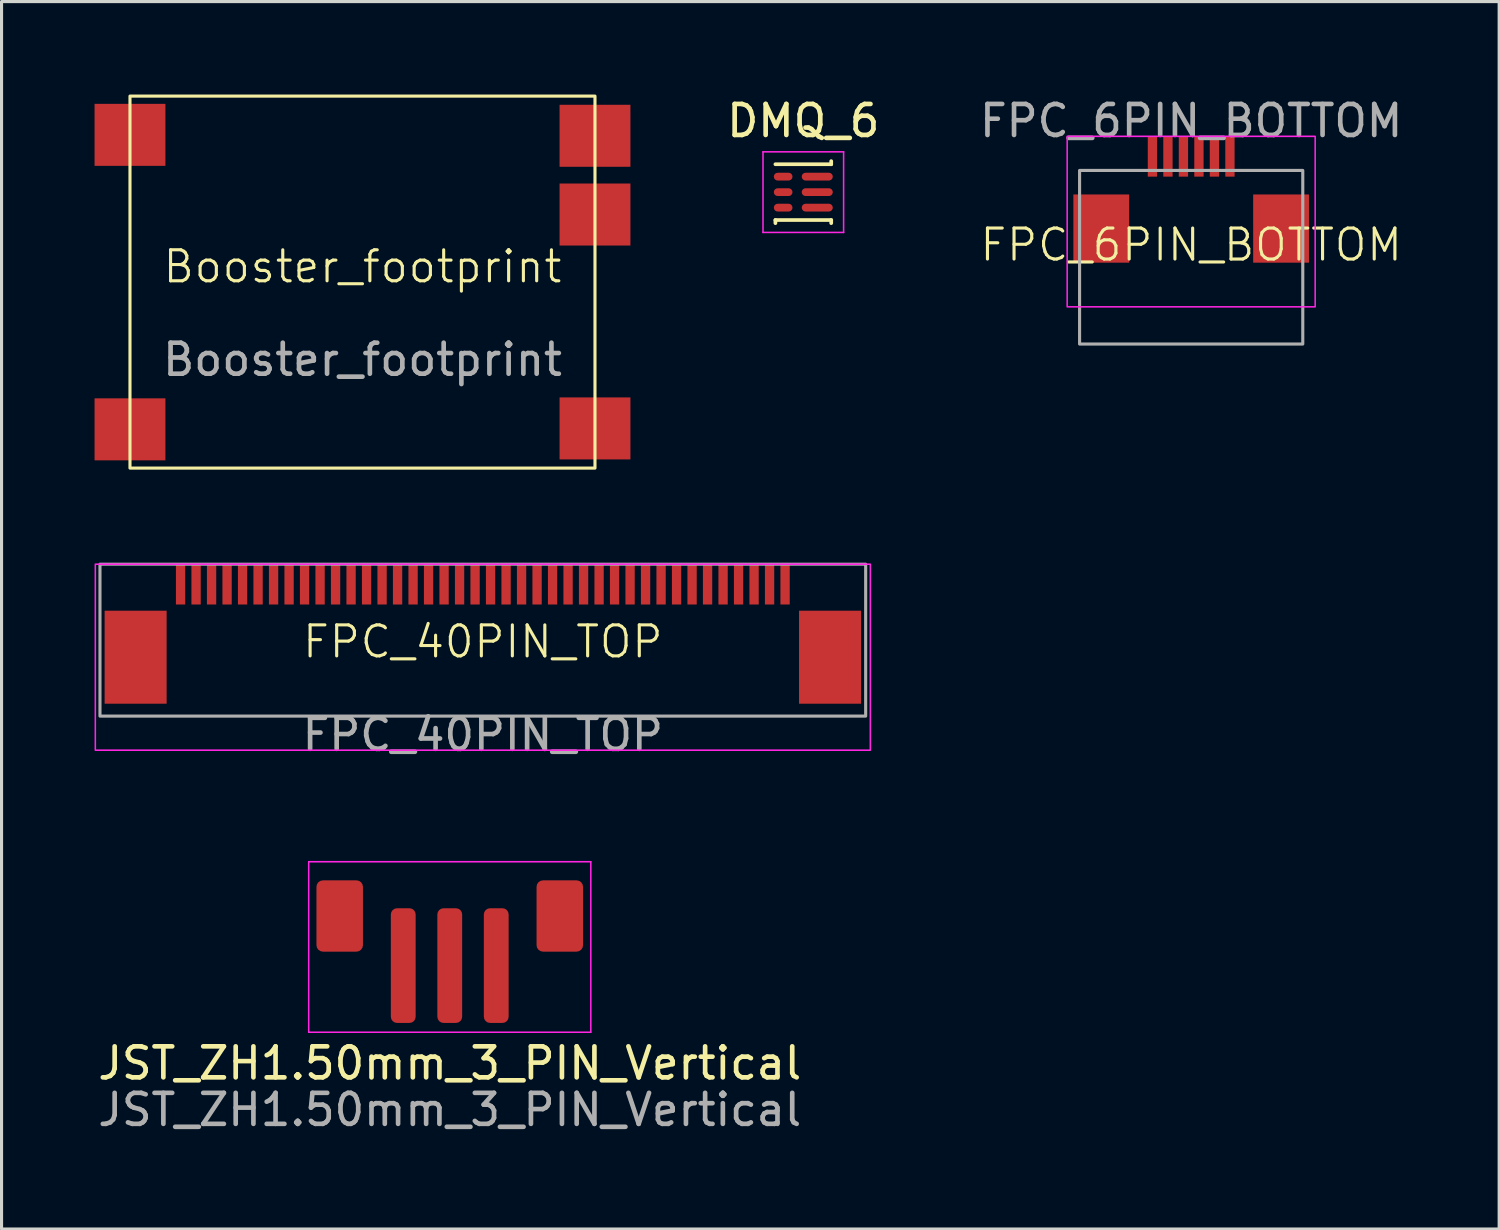
<source format=kicad_pcb>
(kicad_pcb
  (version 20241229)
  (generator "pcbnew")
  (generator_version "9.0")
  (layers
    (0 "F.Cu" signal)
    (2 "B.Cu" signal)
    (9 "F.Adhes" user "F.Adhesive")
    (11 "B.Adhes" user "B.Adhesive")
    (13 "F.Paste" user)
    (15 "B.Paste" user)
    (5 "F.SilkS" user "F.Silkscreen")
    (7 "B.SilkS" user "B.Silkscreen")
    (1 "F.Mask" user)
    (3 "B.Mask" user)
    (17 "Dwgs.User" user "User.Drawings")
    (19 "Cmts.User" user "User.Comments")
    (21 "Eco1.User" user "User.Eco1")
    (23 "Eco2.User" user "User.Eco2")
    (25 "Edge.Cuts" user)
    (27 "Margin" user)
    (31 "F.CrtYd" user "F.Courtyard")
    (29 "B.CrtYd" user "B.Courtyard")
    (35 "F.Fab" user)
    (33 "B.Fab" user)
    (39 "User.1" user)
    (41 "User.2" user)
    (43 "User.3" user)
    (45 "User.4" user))
  (footprint "FPC_40PIN_TOP"
    (layer "F.Cu")
    (at 12.525 17.15)
    (property "Reference" "FPC_40PIN_TOP" (at 0 0.5 0) (unlocked yes) (layer "F.SilkS") (effects (font (size 1 1) (thickness 0.1))))
    (attr smd)
    (fp_rect (start -12.5 -2) (end 12.5 4) (stroke (width 0.05) (type default)) (fill no) (layer "F.CrtYd"))
    (fp_rect (start -12.35 -2) (end 12.35 2.9) (stroke (width 0.1) (type default)) (fill no) (layer "F.Fab"))
    (fp_text user "${REFERENCE}" (at 0 3.5 0) (unlocked yes) (layer "F.Fab") (effects (font (size 1 1) (thickness 0.15))))
    (pad "1" smd rect (at 9.75 -1.34) (size 0.3 1.28) (layers "F.Cu" "F.Mask" "F.Paste"))
    (pad "2" smd rect (at 9.25 -1.34) (size 0.3 1.28) (layers "F.Cu" "F.Mask" "F.Paste"))
    (pad "3" smd rect (at 8.75 -1.34) (size 0.3 1.28) (layers "F.Cu" "F.Mask" "F.Paste"))
    (pad "4" smd rect (at 8.25 -1.34) (size 0.3 1.28) (layers "F.Cu" "F.Mask" "F.Paste"))
    (pad "5" smd rect (at 7.75 -1.34) (size 0.3 1.28) (layers "F.Cu" "F.Mask" "F.Paste"))
    (pad "6" smd rect (at 7.25 -1.34) (size 0.3 1.28) (layers "F.Cu" "F.Mask" "F.Paste"))
    (pad "7" smd rect (at 6.75 -1.34) (size 0.3 1.28) (layers "F.Cu" "F.Mask" "F.Paste"))
    (pad "8" smd rect (at 6.25 -1.34) (size 0.3 1.28) (layers "F.Cu" "F.Mask" "F.Paste"))
    (pad "9" smd rect (at 5.75 -1.34) (size 0.3 1.28) (layers "F.Cu" "F.Mask" "F.Paste"))
    (pad "10" smd rect (at 5.25 -1.34) (size 0.3 1.28) (layers "F.Cu" "F.Mask" "F.Paste"))
    (pad "11" smd rect (at 4.75 -1.34) (size 0.3 1.28) (layers "F.Cu" "F.Mask" "F.Paste"))
    (pad "12" smd rect (at 4.25 -1.34) (size 0.3 1.28) (layers "F.Cu" "F.Mask" "F.Paste"))
    (pad "13" smd rect (at 3.75 -1.34) (size 0.3 1.28) (layers "F.Cu" "F.Mask" "F.Paste"))
    (pad "14" smd rect (at 3.25 -1.34) (size 0.3 1.28) (layers "F.Cu" "F.Mask" "F.Paste"))
    (pad "15" smd rect (at 2.75 -1.34) (size 0.3 1.28) (layers "F.Cu" "F.Mask" "F.Paste"))
    (pad "16" smd rect (at 2.25 -1.34) (size 0.3 1.28) (layers "F.Cu" "F.Mask" "F.Paste"))
    (pad "17" smd rect (at 1.75 -1.34) (size 0.3 1.28) (layers "F.Cu" "F.Mask" "F.Paste"))
    (pad "18" smd rect (at 1.25 -1.34) (size 0.3 1.28) (layers "F.Cu" "F.Mask" "F.Paste"))
    (pad "19" smd rect (at 0.75 -1.34) (size 0.3 1.28) (layers "F.Cu" "F.Mask" "F.Paste"))
    (pad "20" smd rect (at 0.25 -1.34) (size 0.3 1.28) (layers "F.Cu" "F.Mask" "F.Paste"))
    (pad "21" smd rect (at -0.25 -1.34) (size 0.3 1.28) (layers "F.Cu" "F.Mask" "F.Paste"))
    (pad "22" smd rect (at -0.75 -1.34) (size 0.3 1.28) (layers "F.Cu" "F.Mask" "F.Paste"))
    (pad "23" smd rect (at -1.25 -1.34) (size 0.3 1.28) (layers "F.Cu" "F.Mask" "F.Paste"))
    (pad "24" smd rect (at -1.75 -1.34) (size 0.3 1.28) (layers "F.Cu" "F.Mask" "F.Paste"))
    (pad "25" smd rect (at -2.25 -1.34) (size 0.3 1.28) (layers "F.Cu" "F.Mask" "F.Paste"))
    (pad "26" smd rect (at -2.75 -1.34) (size 0.3 1.28) (layers "F.Cu" "F.Mask" "F.Paste"))
    (pad "27" smd rect (at -3.25 -1.34) (size 0.3 1.28) (layers "F.Cu" "F.Mask" "F.Paste"))
    (pad "28" smd rect (at -3.75 -1.34) (size 0.3 1.28) (layers "F.Cu" "F.Mask" "F.Paste"))
    (pad "29" smd rect (at -4.25 -1.34) (size 0.3 1.28) (layers "F.Cu" "F.Mask" "F.Paste"))
    (pad "30" smd rect (at -4.75 -1.34) (size 0.3 1.28) (layers "F.Cu" "F.Mask" "F.Paste"))
    (pad "31" smd rect (at -5.25 -1.34) (size 0.3 1.28) (layers "F.Cu" "F.Mask" "F.Paste"))
    (pad "32" smd rect (at -5.75 -1.34) (size 0.3 1.28) (layers "F.Cu" "F.Mask" "F.Paste"))
    (pad "33" smd rect (at -6.25 -1.34) (size 0.3 1.28) (layers "F.Cu" "F.Mask" "F.Paste"))
    (pad "34" smd rect (at -6.75 -1.34) (size 0.3 1.28) (layers "F.Cu" "F.Mask" "F.Paste"))
    (pad "35" smd rect (at -7.25 -1.34) (size 0.3 1.28) (layers "F.Cu" "F.Mask" "F.Paste"))
    (pad "36" smd rect (at -7.75 -1.34) (size 0.3 1.28) (layers "F.Cu" "F.Mask" "F.Paste"))
    (pad "37" smd rect (at -8.25 -1.34) (size 0.3 1.28) (layers "F.Cu" "F.Mask" "F.Paste"))
    (pad "38" smd rect (at -8.75 -1.34) (size 0.3 1.28) (layers "F.Cu" "F.Mask" "F.Paste"))
    (pad "39" smd rect (at -9.25 -1.34) (size 0.3 1.28) (layers "F.Cu" "F.Mask" "F.Paste"))
    (pad "40" smd rect (at -9.75 -1.34) (size 0.3 1.28) (layers "F.Cu" "F.Mask" "F.Paste"))
    (pad "MP" smd rect (at -11.2 1) (size 2 3) (layers "F.Cu" "F.Mask" "F.Paste"))
    (pad "MP" smd rect (at 11.2 1) (size 2 3) (layers "F.Cu" "F.Mask" "F.Paste")))
  (footprint "JST_ZH1.50mm_3_PIN_Vertical"
    (layer "F.Cu")
    (at 11.458 24.748)
    (property "Reference" "JST_ZH1.50mm_3_PIN_Vertical" (at 0 6.5 0) (layer "F.SilkS") (effects (font (size 1 1) (thickness 0.15))))
    (attr smd)
    (fp_line (start -4.55 0) (end -4.55 5.5) (stroke (width 0.05) (type solid)) (layer "F.CrtYd"))
    (fp_line (start -4.55 5.5) (end 4.55 5.5) (stroke (width 0.05) (type solid)) (layer "F.CrtYd"))
    (fp_line (start 4.55 0) (end -4.55 0) (stroke (width 0.05) (type solid)) (layer "F.CrtYd"))
    (fp_line (start 4.55 5.5) (end 4.55 0) (stroke (width 0.05) (type solid)) (layer "F.CrtYd"))
    (fp_text user "${REFERENCE}" (at 0 8 0) (layer "F.Fab") (effects (font (size 1 1) (thickness 0.15))))
    (pad "1" smd roundrect (at -1.5 3.35) (size 0.8 3.7) (layers "F.Cu" "F.Mask" "F.Paste") (roundrect_rratio 0.25))
    (pad "2" smd roundrect (at 0 3.35) (size 0.8 3.7) (layers "F.Cu" "F.Mask" "F.Paste") (roundrect_rratio 0.25))
    (pad "3" smd roundrect (at 1.5 3.35) (size 0.8 3.7) (layers "F.Cu" "F.Mask" "F.Paste") (roundrect_rratio 0.25))
    (pad "MP" smd roundrect (at -3.55 1.75) (size 1.5 2.3) (layers "F.Cu" "F.Mask" "F.Paste") (roundrect_rratio 0.139))
    (pad "MP" smd roundrect (at 3.55 1.75) (size 1.5 2.3) (layers "F.Cu" "F.Mask" "F.Paste") (roundrect_rratio 0.139)))
  (footprint "FPC_6PIN_BOTTOM"
    (layer "F.Cu")
    (at 35.375 6.848)
    (property "Reference" "FPC_6PIN_BOTTOM" (at 0 -2 0) (unlocked yes) (layer "F.SilkS") (effects (font (size 1 1) (thickness 0.1))))
    (attr smd)
    (fp_rect (start -4 -5.5) (end 4 0) (stroke (width 0.05) (type default)) (fill no) (layer "F.CrtYd"))
    (fp_rect (start -3.6 -4.4) (end 3.6 1.2) (stroke (width 0.1) (type default)) (fill no) (layer "F.Fab"))
    (fp_text user "${REFERENCE}" (at 0 -6 0) (unlocked yes) (layer "F.Fab") (effects (font (size 1 1) (thickness 0.15))))
    (pad "1" smd rect (at -1.25 -4.85) (size 0.3 1.3) (layers "F.Cu" "F.Mask" "F.Paste"))
    (pad "2" smd rect (at -0.75 -4.85) (size 0.3 1.3) (layers "F.Cu" "F.Mask" "F.Paste"))
    (pad "3" smd rect (at -0.25 -4.85) (size 0.3 1.3) (layers "F.Cu" "F.Mask" "F.Paste"))
    (pad "4" smd rect (at 0.25 -4.85) (size 0.3 1.3) (layers "F.Cu" "F.Mask" "F.Paste"))
    (pad "5" smd rect (at 0.75 -4.85) (size 0.3 1.3) (layers "F.Cu" "F.Mask" "F.Paste"))
    (pad "6" smd rect (at 1.25 -4.85) (size 0.3 1.3) (layers "F.Cu" "F.Mask" "F.Paste"))
    (pad "MP" smd rect (at -2.9 -2.525) (size 1.8 2.2) (layers "F.Cu" "F.Mask" "F.Paste"))
    (pad "MP" smd rect (at 2.9 -2.525) (size 1.8 2.2) (layers "F.Cu" "F.Mask" "F.Paste")))
  (footprint "DMQ_6"
    (layer "F.Cu")
    (at 22.863 3.148)
    (property "Reference" "DMQ_6" (at 0 -2.3 0) (unlocked yes) (layer "F.SilkS") (effects (font (size 1 1) (thickness 0.15))))
    (attr smd)
    (fp_line (start -0.9 -0.9) (end 0.9 -0.9) (stroke (width 0.12) (type default)) (layer "F.SilkS"))
    (fp_line (start -0.9 0.9) (end 0.9 0.9) (stroke (width 0.12) (type default)) (layer "F.SilkS"))
    (fp_line (start -0.9 1) (end -0.9 0.9) (stroke (width 0.12) (type default)) (layer "F.SilkS"))
    (fp_line (start 0.9 -0.9) (end 0.9 -1) (stroke (width 0.12) (type default)) (layer "F.SilkS"))
    (fp_line (start 0.9 0.9) (end 0.9 1) (stroke (width 0.12) (type default)) (layer "F.SilkS"))
    (fp_line (start -1.3 -1.3) (end 1.3 -1.3) (stroke (width 0.05) (type default)) (layer "F.CrtYd"))
    (fp_line (start -1.3 1.3) (end -1.3 -1.3) (stroke (width 0.05) (type default)) (layer "F.CrtYd"))
    (fp_line (start 1.3 -1.3) (end 1.3 1.3) (stroke (width 0.05) (type default)) (layer "F.CrtYd"))
    (fp_line (start 1.3 1.3) (end -1.3 1.3) (stroke (width 0.05) (type default)) (layer "F.CrtYd"))
    (pad "1" smd oval (at -0.65 -0.5 90) (size 0.25 0.6) (layers "F.Cu" "F.Mask" "F.Paste"))
    (pad "2" smd oval (at -0.65 0 90) (size 0.25 0.6) (layers "F.Cu" "F.Mask" "F.Paste"))
    (pad "3" smd oval (at -0.65 0.5 90) (size 0.25 0.6) (layers "F.Cu" "F.Mask" "F.Paste"))
    (pad "4" smd oval (at 0.45 0.5 90) (size 0.25 1) (layers "F.Cu" "F.Mask" "F.Paste"))
    (pad "5" smd oval (at 0.45 0 90) (size 0.25 1) (layers "F.Cu" "F.Mask" "F.Paste"))
    (pad "6" smd oval (at 0.45 -0.5 90) (size 0.25 1) (layers "F.Cu" "F.Mask" "F.Paste")))
  (footprint "Booster_footprint"
    (layer "F.Cu")
    (at 8.643 6.05)
    (property "Reference" "Booster_footprint" (at 0 -0.5 0) (unlocked yes) (layer "F.SilkS") (effects (font (size 1 1) (thickness 0.1))))
    (attr smd)
    (fp_rect (start -7.5 -6) (end 7.5 6) (stroke (width 0.1) (type default)) (fill no) (layer "F.SilkS"))
    (fp_text user "${REFERENCE}" (at 0 2.5 0) (unlocked yes) (layer "F.Fab") (effects (font (size 1 1) (thickness 0.15))))
    (pad "1" smd rect (at -7.5 -4.75) (size 2.286 2) (layers "F.Cu" "F.Mask" "F.Paste"))
    (pad "2" smd rect (at -7.5 4.75) (size 2.286 2) (layers "F.Cu" "F.Mask" "F.Paste"))
    (pad "3" smd rect (at 7.5 4.72) (size 2.286 2) (layers "F.Cu" "F.Mask" "F.Paste"))
    (pad "4" smd rect (at 7.5 -2.18) (size 2.286 2) (layers "F.Cu" "F.Mask" "F.Paste"))
    (pad "5" smd rect (at 7.5 -4.72) (size 2.286 2) (layers "F.Cu" "F.Mask" "F.Paste")))
  (gr_rect
    (start -3 -3)
    (end 45.31 36.596)
    (stroke (width 0.1) (type default))
    (fill no)
    (layer "Edge.Cuts")))
</source>
